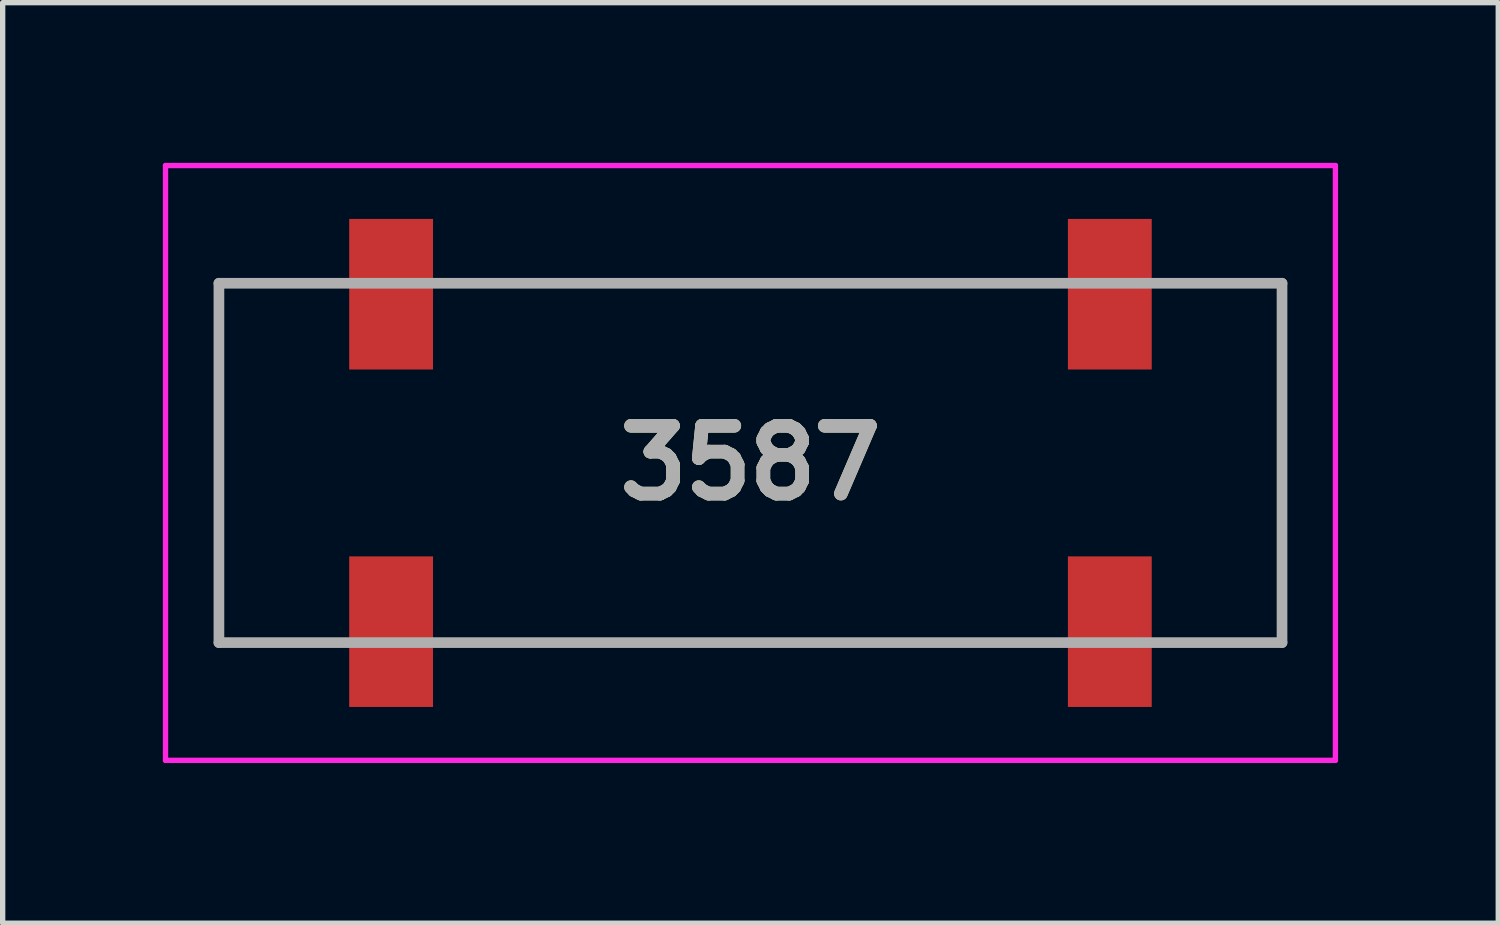
<source format=kicad_pcb>
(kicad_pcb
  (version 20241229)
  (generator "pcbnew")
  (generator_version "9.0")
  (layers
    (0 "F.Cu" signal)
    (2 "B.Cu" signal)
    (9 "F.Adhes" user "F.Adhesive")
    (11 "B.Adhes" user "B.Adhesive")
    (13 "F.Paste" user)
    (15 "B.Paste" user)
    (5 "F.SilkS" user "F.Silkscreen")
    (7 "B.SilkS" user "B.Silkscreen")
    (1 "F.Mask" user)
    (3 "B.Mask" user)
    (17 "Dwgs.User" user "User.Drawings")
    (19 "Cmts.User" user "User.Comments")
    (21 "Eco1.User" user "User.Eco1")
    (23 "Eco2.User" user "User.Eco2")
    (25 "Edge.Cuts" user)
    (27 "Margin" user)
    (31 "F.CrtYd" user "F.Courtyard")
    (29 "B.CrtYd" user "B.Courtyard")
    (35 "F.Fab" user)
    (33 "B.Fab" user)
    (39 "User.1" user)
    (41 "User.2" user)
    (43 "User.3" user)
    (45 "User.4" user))
  (footprint "3587"
    (layer "F.Cu")
    (at 11.005 5.62)
    (property "Reference" "3587" (at 0 0 0) (layer "F.SilkS") (effects (font (size 1.27 1.27) (thickness 0.254))))
    (attr smd)
    (fp_line (start -9.955 -3.365) (end -9.955 3.365) (stroke (width 0.1) (type solid)) (layer "F.SilkS"))
    (fp_line (start -9.955 3.365) (end -8 3.365) (stroke (width 0.1) (type solid)) (layer "F.SilkS"))
    (fp_line (start -8 -3.365) (end -9.955 -3.365) (stroke (width 0.1) (type solid)) (layer "F.SilkS"))
    (fp_line (start -5.5 -3.365) (end 5.5 -3.365) (stroke (width 0.1) (type solid)) (layer "F.SilkS"))
    (fp_line (start -5.5 3.365) (end 5.5 3.365) (stroke (width 0.1) (type solid)) (layer "F.SilkS"))
    (fp_line (start 8 -3.365) (end 9.955 -3.365) (stroke (width 0.1) (type solid)) (layer "F.SilkS"))
    (fp_line (start 9.955 -3.365) (end 9.955 3.365) (stroke (width 0.1) (type solid)) (layer "F.SilkS"))
    (fp_line (start 9.955 3.365) (end 8 3.365) (stroke (width 0.1) (type solid)) (layer "F.SilkS"))
    (fp_line (start -10.955 -5.57) (end 10.955 -5.57) (stroke (width 0.1) (type solid)) (layer "F.CrtYd"))
    (fp_line (start -10.955 5.57) (end -10.955 -5.57) (stroke (width 0.1) (type solid)) (layer "F.CrtYd"))
    (fp_line (start 10.955 -5.57) (end 10.955 5.57) (stroke (width 0.1) (type solid)) (layer "F.CrtYd"))
    (fp_line (start 10.955 5.57) (end -10.955 5.57) (stroke (width 0.1) (type solid)) (layer "F.CrtYd"))
    (fp_line (start -9.955 -3.365) (end 9.955 -3.365) (stroke (width 0.2) (type solid)) (layer "F.Fab"))
    (fp_line (start -9.955 3.365) (end -9.955 -3.365) (stroke (width 0.2) (type solid)) (layer "F.Fab"))
    (fp_line (start 9.955 -3.365) (end 9.955 3.365) (stroke (width 0.2) (type solid)) (layer "F.Fab"))
    (fp_line (start 9.955 3.365) (end -9.955 3.365) (stroke (width 0.2) (type solid)) (layer "F.Fab"))
    (fp_text user "${REFERENCE}" (at 0 0 0) (layer "F.Fab") (effects (font (size 1.27 1.27) (thickness 0.254))))
    (pad "1" smd rect (at -6.73 -3.16) (size 1.57 2.82) (layers "F.Cu" "F.Mask" "F.Paste"))
    (pad "2" smd rect (at -6.73 3.16) (size 1.57 2.82) (layers "F.Cu" "F.Mask" "F.Paste"))
    (pad "3" smd rect (at 6.73 3.16) (size 1.57 2.82) (layers "F.Cu" "F.Mask" "F.Paste"))
    (pad "4" smd rect (at 6.73 -3.16) (size 1.57 2.82) (layers "F.Cu" "F.Mask" "F.Paste")))
  (gr_rect
    (start -3 -3)
    (end 25.01 14.24)
    (stroke (width 0.1) (type default))
    (fill no)
    (layer "Edge.Cuts")))
</source>
